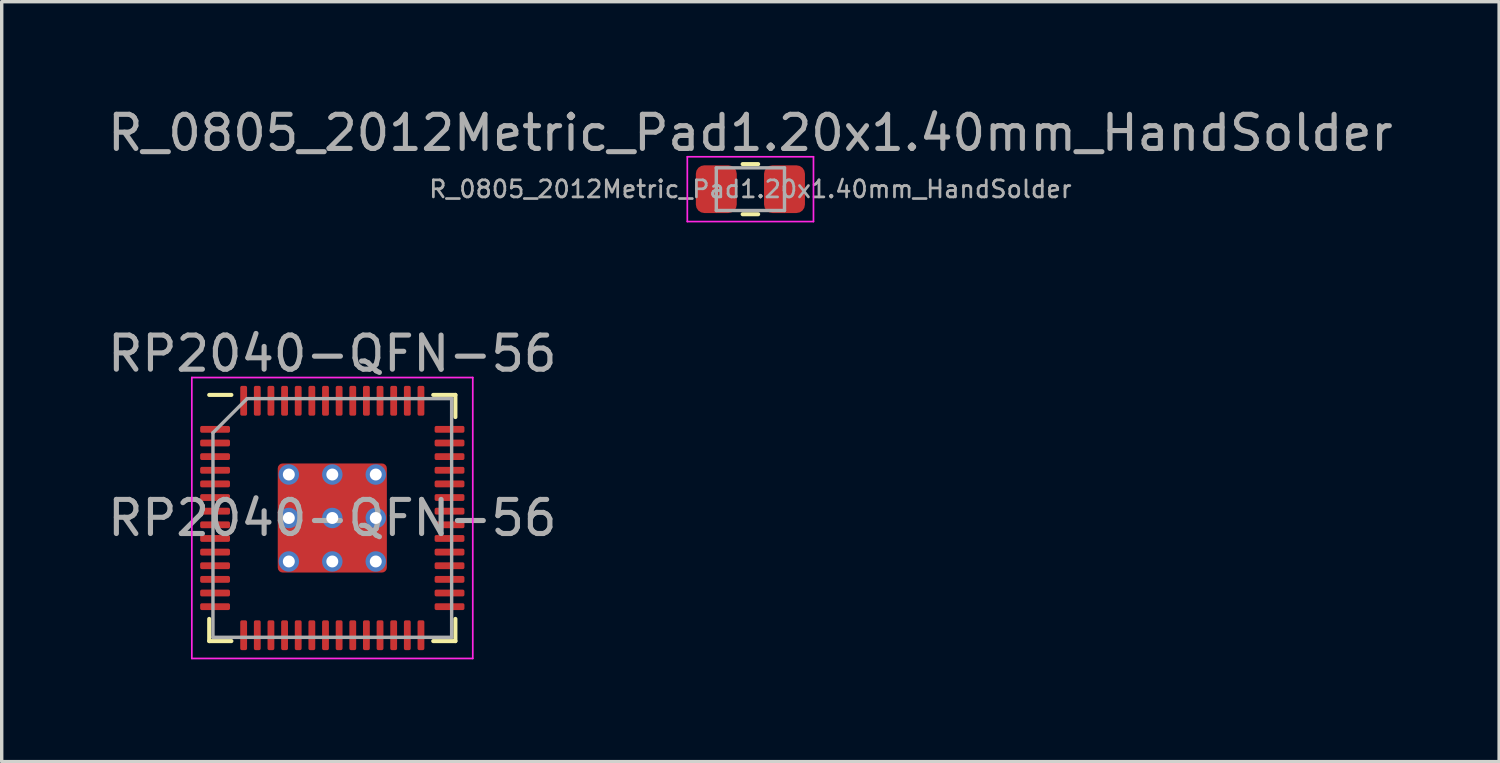
<source format=kicad_pcb>
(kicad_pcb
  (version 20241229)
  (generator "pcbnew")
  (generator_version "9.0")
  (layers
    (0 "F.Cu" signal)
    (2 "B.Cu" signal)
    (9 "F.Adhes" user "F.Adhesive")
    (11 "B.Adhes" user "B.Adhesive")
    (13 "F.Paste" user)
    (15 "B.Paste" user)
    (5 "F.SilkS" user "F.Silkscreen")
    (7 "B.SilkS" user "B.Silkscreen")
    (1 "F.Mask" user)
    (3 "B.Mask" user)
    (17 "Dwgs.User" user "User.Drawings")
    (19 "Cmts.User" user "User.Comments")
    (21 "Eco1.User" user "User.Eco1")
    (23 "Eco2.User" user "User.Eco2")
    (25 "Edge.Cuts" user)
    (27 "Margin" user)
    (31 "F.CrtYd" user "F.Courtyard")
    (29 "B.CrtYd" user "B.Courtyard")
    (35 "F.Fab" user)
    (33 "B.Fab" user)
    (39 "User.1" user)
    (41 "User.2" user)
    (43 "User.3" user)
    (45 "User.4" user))
  (footprint "R_0805_2012Metric_Pad1.20x1.40mm_HandSolder"
    (layer "F.Cu")
    (at 18.958 2.498)
    (property "Reference" "R_0805_2012Metric_Pad1.20x1.40mm_HandSolder" (at 0 -1.65 0) (layer "F.Fab") (effects (font (size 1 1) (thickness 0.15))))
    (attr smd)
    (fp_line (start -0.227 -0.735) (end 0.227 -0.735) (stroke (width 0.12) (type solid)) (layer "F.SilkS"))
    (fp_line (start -0.227 0.735) (end 0.227 0.735) (stroke (width 0.12) (type solid)) (layer "F.SilkS"))
    (fp_line (start -1.85 -0.95) (end 1.85 -0.95) (stroke (width 0.05) (type solid)) (layer "F.CrtYd"))
    (fp_line (start -1.85 0.95) (end -1.85 -0.95) (stroke (width 0.05) (type solid)) (layer "F.CrtYd"))
    (fp_line (start 1.85 -0.95) (end 1.85 0.95) (stroke (width 0.05) (type solid)) (layer "F.CrtYd"))
    (fp_line (start 1.85 0.95) (end -1.85 0.95) (stroke (width 0.05) (type solid)) (layer "F.CrtYd"))
    (fp_line (start -1 -0.625) (end 1 -0.625) (stroke (width 0.1) (type solid)) (layer "F.Fab"))
    (fp_line (start -1 0.625) (end -1 -0.625) (stroke (width 0.1) (type solid)) (layer "F.Fab"))
    (fp_line (start 1 -0.625) (end 1 0.625) (stroke (width 0.1) (type solid)) (layer "F.Fab"))
    (fp_line (start 1 0.625) (end -1 0.625) (stroke (width 0.1) (type solid)) (layer "F.Fab"))
    (fp_text user "${REFERENCE}" (at 0 0 0) (layer "F.Fab") (effects (font (size 0.5 0.5) (thickness 0.08))))
    (pad "1" smd roundrect (at -1 0) (size 1.2 1.4) (layers "F.Cu" "F.Mask" "F.Paste") (roundrect_rratio 0.208))
    (pad "2" smd roundrect (at 1 0) (size 1.2 1.4) (layers "F.Cu" "F.Mask" "F.Paste") (roundrect_rratio 0.208)))
  (footprint "RP2040-QFN-56"
    (layer "F.Cu")
    (at 6.696 12.142)
    (property "Reference" "RP2040-QFN-56" (at 0 -4.82 0) (layer "F.Fab") (effects (font (size 1 1) (thickness 0.15))))
    (attr smd)
    (fp_line (start -3.61 3.61) (end -3.61 2.96) (stroke (width 0.12) (type solid)) (layer "F.SilkS"))
    (fp_line (start -2.96 -3.61) (end -3.61 -3.61) (stroke (width 0.12) (type solid)) (layer "F.SilkS"))
    (fp_line (start -2.96 3.61) (end -3.61 3.61) (stroke (width 0.12) (type solid)) (layer "F.SilkS"))
    (fp_line (start 2.96 -3.61) (end 3.61 -3.61) (stroke (width 0.12) (type solid)) (layer "F.SilkS"))
    (fp_line (start 2.96 3.61) (end 3.61 3.61) (stroke (width 0.12) (type solid)) (layer "F.SilkS"))
    (fp_line (start 3.61 -3.61) (end 3.61 -2.96) (stroke (width 0.12) (type solid)) (layer "F.SilkS"))
    (fp_line (start 3.61 3.61) (end 3.61 2.96) (stroke (width 0.12) (type solid)) (layer "F.SilkS"))
    (fp_line (start -4.12 -4.12) (end -4.12 4.12) (stroke (width 0.05) (type solid)) (layer "F.CrtYd"))
    (fp_line (start -4.12 4.12) (end 4.12 4.12) (stroke (width 0.05) (type solid)) (layer "F.CrtYd"))
    (fp_line (start 4.12 -4.12) (end -4.12 -4.12) (stroke (width 0.05) (type solid)) (layer "F.CrtYd"))
    (fp_line (start 4.12 4.12) (end 4.12 -4.12) (stroke (width 0.05) (type solid)) (layer "F.CrtYd"))
    (fp_line (start -3.5 -2.5) (end -2.5 -3.5) (stroke (width 0.1) (type solid)) (layer "F.Fab"))
    (fp_line (start -3.5 3.5) (end -3.5 -2.5) (stroke (width 0.1) (type solid)) (layer "F.Fab"))
    (fp_line (start -2.5 -3.5) (end 3.5 -3.5) (stroke (width 0.1) (type solid)) (layer "F.Fab"))
    (fp_line (start 3.5 -3.5) (end 3.5 3.5) (stroke (width 0.1) (type solid)) (layer "F.Fab"))
    (fp_line (start 3.5 3.5) (end -3.5 3.5) (stroke (width 0.1) (type solid)) (layer "F.Fab"))
    (fp_text user "${REFERENCE}" (at 0 0 0) (layer "F.Fab") (effects (font (size 1 1) (thickness 0.15))))
    (pad "" smd roundrect (at -0.637 -0.637) (size 1.084 1.084) (layers "F.Paste") (roundrect_rratio 0.231))
    (pad "" smd roundrect (at -0.637 0.637) (size 1.084 1.084) (layers "F.Paste") (roundrect_rratio 0.231))
    (pad "" smd roundrect (at 0.637 -0.637) (size 1.084 1.084) (layers "F.Paste") (roundrect_rratio 0.231))
    (pad "" smd roundrect (at 0.637 0.637) (size 1.084 1.084) (layers "F.Paste") (roundrect_rratio 0.231))
    (pad "1" smd roundrect (at -3.438 -2.6) (size 0.875 0.2) (layers "F.Cu" "F.Mask" "F.Paste") (roundrect_rratio 0.25))
    (pad "2" smd roundrect (at -3.438 -2.2) (size 0.875 0.2) (layers "F.Cu" "F.Mask" "F.Paste") (roundrect_rratio 0.25))
    (pad "3" smd roundrect (at -3.438 -1.8) (size 0.875 0.2) (layers "F.Cu" "F.Mask" "F.Paste") (roundrect_rratio 0.25))
    (pad "4" smd roundrect (at -3.438 -1.4) (size 0.875 0.2) (layers "F.Cu" "F.Mask" "F.Paste") (roundrect_rratio 0.25))
    (pad "5" smd roundrect (at -3.438 -1) (size 0.875 0.2) (layers "F.Cu" "F.Mask" "F.Paste") (roundrect_rratio 0.25))
    (pad "6" smd roundrect (at -3.438 -0.6) (size 0.875 0.2) (layers "F.Cu" "F.Mask" "F.Paste") (roundrect_rratio 0.25))
    (pad "7" smd roundrect (at -3.438 -0.2) (size 0.875 0.2) (layers "F.Cu" "F.Mask" "F.Paste") (roundrect_rratio 0.25))
    (pad "8" smd roundrect (at -3.438 0.2) (size 0.875 0.2) (layers "F.Cu" "F.Mask" "F.Paste") (roundrect_rratio 0.25))
    (pad "9" smd roundrect (at -3.438 0.6) (size 0.875 0.2) (layers "F.Cu" "F.Mask" "F.Paste") (roundrect_rratio 0.25))
    (pad "10" smd roundrect (at -3.438 1) (size 0.875 0.2) (layers "F.Cu" "F.Mask" "F.Paste") (roundrect_rratio 0.25))
    (pad "11" smd roundrect (at -3.438 1.4) (size 0.875 0.2) (layers "F.Cu" "F.Mask" "F.Paste") (roundrect_rratio 0.25))
    (pad "12" smd roundrect (at -3.438 1.8) (size 0.875 0.2) (layers "F.Cu" "F.Mask" "F.Paste") (roundrect_rratio 0.25))
    (pad "13" smd roundrect (at -3.438 2.2) (size 0.875 0.2) (layers "F.Cu" "F.Mask" "F.Paste") (roundrect_rratio 0.25))
    (pad "14" smd roundrect (at -3.438 2.6) (size 0.875 0.2) (layers "F.Cu" "F.Mask" "F.Paste") (roundrect_rratio 0.25))
    (pad "15" smd roundrect (at -2.6 3.438) (size 0.2 0.875) (layers "F.Cu" "F.Mask" "F.Paste") (roundrect_rratio 0.25))
    (pad "16" smd roundrect (at -2.2 3.438) (size 0.2 0.875) (layers "F.Cu" "F.Mask" "F.Paste") (roundrect_rratio 0.25))
    (pad "17" smd roundrect (at -1.8 3.438) (size 0.2 0.875) (layers "F.Cu" "F.Mask" "F.Paste") (roundrect_rratio 0.25))
    (pad "18" smd roundrect (at -1.4 3.438) (size 0.2 0.875) (layers "F.Cu" "F.Mask" "F.Paste") (roundrect_rratio 0.25))
    (pad "19" smd roundrect (at -1 3.438) (size 0.2 0.875) (layers "F.Cu" "F.Mask" "F.Paste") (roundrect_rratio 0.25))
    (pad "20" smd roundrect (at -0.6 3.438) (size 0.2 0.875) (layers "F.Cu" "F.Mask" "F.Paste") (roundrect_rratio 0.25))
    (pad "21" smd roundrect (at -0.2 3.438) (size 0.2 0.875) (layers "F.Cu" "F.Mask" "F.Paste") (roundrect_rratio 0.25))
    (pad "22" smd roundrect (at 0.2 3.438) (size 0.2 0.875) (layers "F.Cu" "F.Mask" "F.Paste") (roundrect_rratio 0.25))
    (pad "23" smd roundrect (at 0.6 3.438) (size 0.2 0.875) (layers "F.Cu" "F.Mask" "F.Paste") (roundrect_rratio 0.25))
    (pad "24" smd roundrect (at 1 3.438) (size 0.2 0.875) (layers "F.Cu" "F.Mask" "F.Paste") (roundrect_rratio 0.25))
    (pad "25" smd roundrect (at 1.4 3.438) (size 0.2 0.875) (layers "F.Cu" "F.Mask" "F.Paste") (roundrect_rratio 0.25))
    (pad "26" smd roundrect (at 1.8 3.438) (size 0.2 0.875) (layers "F.Cu" "F.Mask" "F.Paste") (roundrect_rratio 0.25))
    (pad "27" smd roundrect (at 2.2 3.438) (size 0.2 0.875) (layers "F.Cu" "F.Mask" "F.Paste") (roundrect_rratio 0.25))
    (pad "28" smd roundrect (at 2.6 3.438) (size 0.2 0.875) (layers "F.Cu" "F.Mask" "F.Paste") (roundrect_rratio 0.25))
    (pad "29" smd roundrect (at 3.438 2.6) (size 0.875 0.2) (layers "F.Cu" "F.Mask" "F.Paste") (roundrect_rratio 0.25))
    (pad "30" smd roundrect (at 3.438 2.2) (size 0.875 0.2) (layers "F.Cu" "F.Mask" "F.Paste") (roundrect_rratio 0.25))
    (pad "31" smd roundrect (at 3.438 1.8) (size 0.875 0.2) (layers "F.Cu" "F.Mask" "F.Paste") (roundrect_rratio 0.25))
    (pad "32" smd roundrect (at 3.438 1.4) (size 0.875 0.2) (layers "F.Cu" "F.Mask" "F.Paste") (roundrect_rratio 0.25))
    (pad "33" smd roundrect (at 3.438 1) (size 0.875 0.2) (layers "F.Cu" "F.Mask" "F.Paste") (roundrect_rratio 0.25))
    (pad "34" smd roundrect (at 3.438 0.6) (size 0.875 0.2) (layers "F.Cu" "F.Mask" "F.Paste") (roundrect_rratio 0.25))
    (pad "35" smd roundrect (at 3.438 0.2) (size 0.875 0.2) (layers "F.Cu" "F.Mask" "F.Paste") (roundrect_rratio 0.25))
    (pad "36" smd roundrect (at 3.438 -0.2) (size 0.875 0.2) (layers "F.Cu" "F.Mask" "F.Paste") (roundrect_rratio 0.25))
    (pad "37" smd roundrect (at 3.438 -0.6) (size 0.875 0.2) (layers "F.Cu" "F.Mask" "F.Paste") (roundrect_rratio 0.25))
    (pad "38" smd roundrect (at 3.438 -1) (size 0.875 0.2) (layers "F.Cu" "F.Mask" "F.Paste") (roundrect_rratio 0.25))
    (pad "39" smd roundrect (at 3.438 -1.4) (size 0.875 0.2) (layers "F.Cu" "F.Mask" "F.Paste") (roundrect_rratio 0.25))
    (pad "40" smd roundrect (at 3.438 -1.8) (size 0.875 0.2) (layers "F.Cu" "F.Mask" "F.Paste") (roundrect_rratio 0.25))
    (pad "41" smd roundrect (at 3.438 -2.2) (size 0.875 0.2) (layers "F.Cu" "F.Mask" "F.Paste") (roundrect_rratio 0.25))
    (pad "42" smd roundrect (at 3.438 -2.6) (size 0.875 0.2) (layers "F.Cu" "F.Mask" "F.Paste") (roundrect_rratio 0.25))
    (pad "43" smd roundrect (at 2.6 -3.438) (size 0.2 0.875) (layers "F.Cu" "F.Mask" "F.Paste") (roundrect_rratio 0.25))
    (pad "44" smd roundrect (at 2.2 -3.438) (size 0.2 0.875) (layers "F.Cu" "F.Mask" "F.Paste") (roundrect_rratio 0.25))
    (pad "45" smd roundrect (at 1.8 -3.438) (size 0.2 0.875) (layers "F.Cu" "F.Mask" "F.Paste") (roundrect_rratio 0.25))
    (pad "46" smd roundrect (at 1.4 -3.438) (size 0.2 0.875) (layers "F.Cu" "F.Mask" "F.Paste") (roundrect_rratio 0.25))
    (pad "47" smd roundrect (at 1 -3.438) (size 0.2 0.875) (layers "F.Cu" "F.Mask" "F.Paste") (roundrect_rratio 0.25))
    (pad "48" smd roundrect (at 0.6 -3.438) (size 0.2 0.875) (layers "F.Cu" "F.Mask" "F.Paste") (roundrect_rratio 0.25))
    (pad "49" smd roundrect (at 0.2 -3.438) (size 0.2 0.875) (layers "F.Cu" "F.Mask" "F.Paste") (roundrect_rratio 0.25))
    (pad "50" smd roundrect (at -0.2 -3.438) (size 0.2 0.875) (layers "F.Cu" "F.Mask" "F.Paste") (roundrect_rratio 0.25))
    (pad "51" smd roundrect (at -0.6 -3.438) (size 0.2 0.875) (layers "F.Cu" "F.Mask" "F.Paste") (roundrect_rratio 0.25))
    (pad "52" smd roundrect (at -1 -3.438) (size 0.2 0.875) (layers "F.Cu" "F.Mask" "F.Paste") (roundrect_rratio 0.25))
    (pad "53" smd roundrect (at -1.4 -3.438) (size 0.2 0.875) (layers "F.Cu" "F.Mask" "F.Paste") (roundrect_rratio 0.25))
    (pad "54" smd roundrect (at -1.8 -3.438) (size 0.2 0.875) (layers "F.Cu" "F.Mask" "F.Paste") (roundrect_rratio 0.25))
    (pad "55" smd roundrect (at -2.2 -3.438) (size 0.2 0.875) (layers "F.Cu" "F.Mask" "F.Paste") (roundrect_rratio 0.25))
    (pad "56" smd roundrect (at -2.6 -3.438) (size 0.2 0.875) (layers "F.Cu" "F.Mask" "F.Paste") (roundrect_rratio 0.25))
    (pad "57" thru_hole circle (at -1.275 -1.275) (size 0.6 0.6) (drill 0.35) (layers "*.Cu"))
    (pad "57" thru_hole circle (at -1.275 0) (size 0.6 0.6) (drill 0.35) (layers "*.Cu"))
    (pad "57" thru_hole circle (at -1.275 1.275) (size 0.6 0.6) (drill 0.35) (layers "*.Cu"))
    (pad "57" thru_hole circle (at 0 -1.275) (size 0.6 0.6) (drill 0.35) (layers "*.Cu"))
    (pad "57" thru_hole circle (at 0 0) (size 0.6 0.6) (drill 0.35) (layers "*.Cu"))
    (pad "57" smd roundrect (at 0 0) (size 3.2 3.2) (layers "F.Cu" "F.Mask") (roundrect_rratio 0.045))
    (pad "57" thru_hole circle (at 0 1.275) (size 0.6 0.6) (drill 0.35) (layers "*.Cu"))
    (pad "57" thru_hole circle (at 1.275 -1.275) (size 0.6 0.6) (drill 0.35) (layers "*.Cu"))
    (pad "57" thru_hole circle (at 1.275 0) (size 0.6 0.6) (drill 0.35) (layers "*.Cu"))
    (pad "57" thru_hole circle (at 1.275 1.275) (size 0.6 0.6) (drill 0.35) (layers "*.Cu")))
  (gr_rect
    (start -3 -3)
    (end 40.917 19.287)
    (stroke (width 0.1) (type default))
    (fill no)
    (layer "Edge.Cuts")))
</source>
